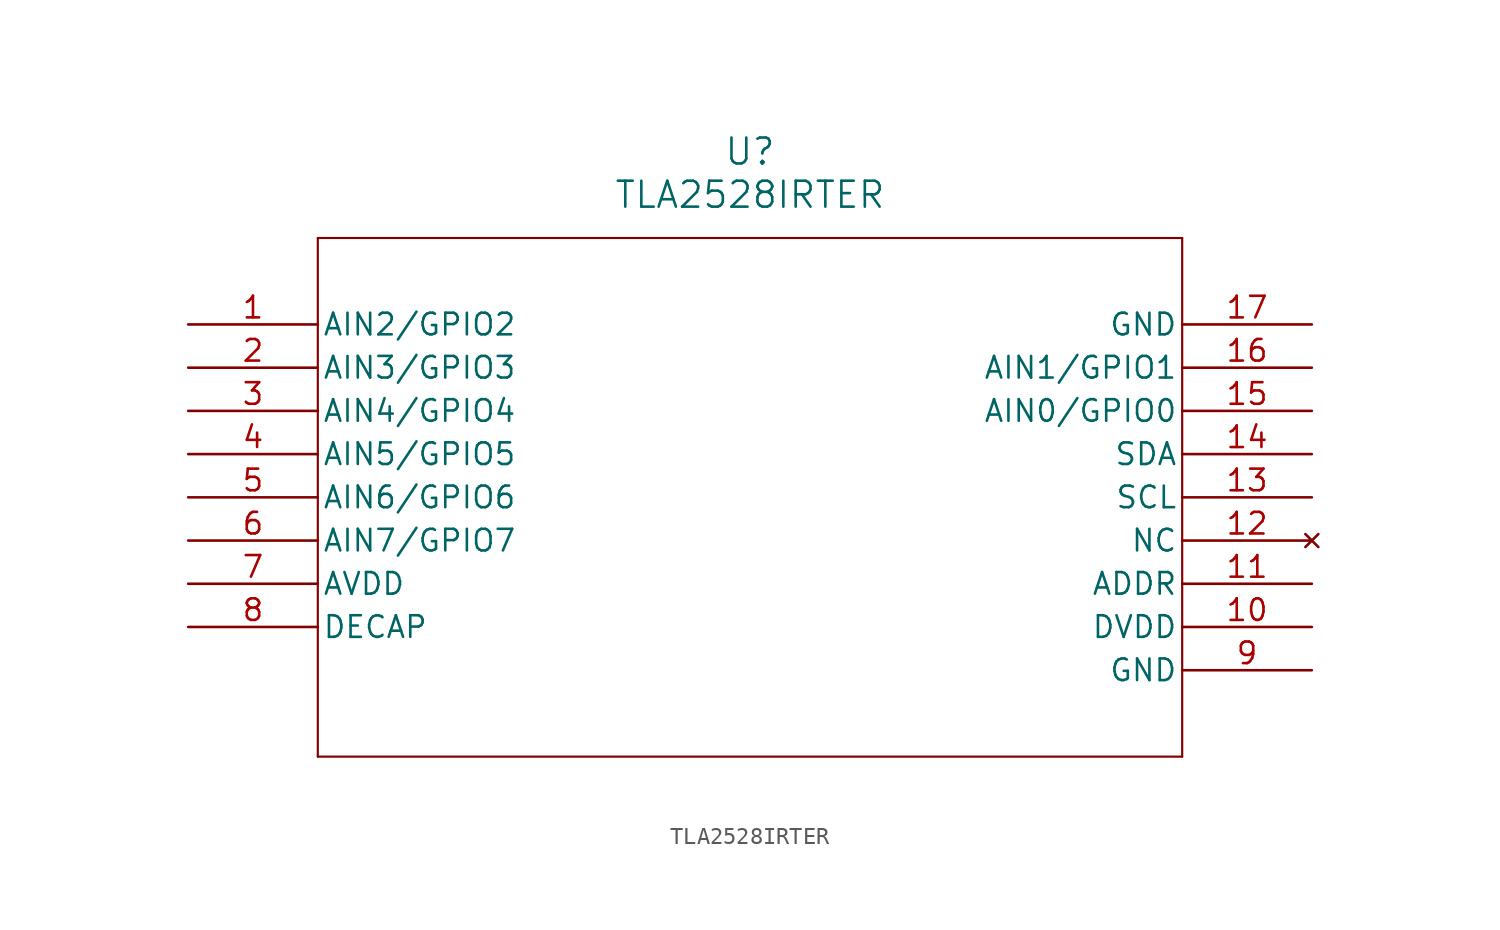
<source format=kicad_sym>
(kicad_symbol_lib
  (version 20241209)
  (generator "kicad_symbol_editor")
  (generator_version "9.0")
  (symbol "TLA2528IRTER"
    (pin_names
      (offset 0.254))
    (property "Reference" "U"
      (at 33.02 10.16 0)
      (effects (font (size 1.524 1.524))))
    (property "Value" "TLA2528IRTER"
      (at 33.02 7.62 0)
      (effects (font (size 1.524 1.524))))
    (property "ki_locked" ""
      (at 0 0 0)
      (effects (font (size 1.27 1.27))))
    (symbol "TLA2528IRTER_0_1"
      (polyline (pts (xy 7.62 5.08) (xy 7.62 -25.4)) (stroke (width 0.127) (type default)) (fill (type none)))
      (polyline (pts (xy 7.62 -25.4) (xy 58.42 -25.4)) (stroke (width 0.127) (type default)) (fill (type none)))
      (polyline (pts (xy 58.42 5.08) (xy 7.62 5.08)) (stroke (width 0.127) (type default)) (fill (type none)))
      (polyline (pts (xy 58.42 -25.4) (xy 58.42 5.08)) (stroke (width 0.127) (type default)) (fill (type none)))
      (pin bidirectional line (at 0 0 0) (length 7.62) (name "AIN2/GPIO2" (effects (font (size 1.27 1.27)))) (number "1" (effects (font (size 1.27 1.27)))))
      (pin bidirectional line (at 0 -2.54 0) (length 7.62) (name "AIN3/GPIO3" (effects (font (size 1.27 1.27)))) (number "2" (effects (font (size 1.27 1.27)))))
      (pin bidirectional line (at 0 -5.08 0) (length 7.62) (name "AIN4/GPIO4" (effects (font (size 1.27 1.27)))) (number "3" (effects (font (size 1.27 1.27)))))
      (pin bidirectional line (at 0 -7.62 0) (length 7.62) (name "AIN5/GPIO5" (effects (font (size 1.27 1.27)))) (number "4" (effects (font (size 1.27 1.27)))))
      (pin bidirectional line (at 0 -10.16 0) (length 7.62) (name "AIN6/GPIO6" (effects (font (size 1.27 1.27)))) (number "5" (effects (font (size 1.27 1.27)))))
      (pin bidirectional line (at 0 -12.7 0) (length 7.62) (name "AIN7/GPIO7" (effects (font (size 1.27 1.27)))) (number "6" (effects (font (size 1.27 1.27)))))
      (pin power_in line (at 0 -15.24 0) (length 7.62) (name "AVDD" (effects (font (size 1.27 1.27)))) (number "7" (effects (font (size 1.27 1.27)))))
      (pin bidirectional line (at 66.04 -2.54 180) (length 7.62) (name "AIN1/GPIO1" (effects (font (size 1.27 1.27)))) (number "16" (effects (font (size 1.27 1.27)))))
      (pin bidirectional line (at 66.04 -5.08 180) (length 7.62) (name "AIN0/GPIO0" (effects (font (size 1.27 1.27)))) (number "15" (effects (font (size 1.27 1.27)))))
      (pin bidirectional line (at 66.04 -7.62 180) (length 7.62) (name "SDA" (effects (font (size 1.27 1.27)))) (number "14" (effects (font (size 1.27 1.27)))))
      (pin input line (at 66.04 -10.16 180) (length 7.62) (name "SCL" (effects (font (size 1.27 1.27)))) (number "13" (effects (font (size 1.27 1.27)))))
      (pin no_connect line (at 66.04 -12.7 180) (length 7.62) (name "NC" (effects (font (size 1.27 1.27)))) (number "12" (effects (font (size 1.27 1.27)))))
      (pin input line (at 66.04 -15.24 180) (length 7.62) (name "ADDR" (effects (font (size 1.27 1.27)))) (number "11" (effects (font (size 1.27 1.27)))))
      (pin power_in line (at 66.04 -17.78 180) (length 7.62) (name "DVDD" (effects (font (size 1.27 1.27)))) (number "10" (effects (font (size 1.27 1.27))))))
    (symbol "TLA2528IRTER_1_1"
      (pin passive line (at 0 -17.78 0) (length 7.62) (name "DECAP" (effects (font (size 1.27 1.27)))) (number "8" (effects (font (size 1.27 1.27)))))
      (pin power_in line (at 66.04 0 180) (length 7.62) (name "GND" (effects (font (size 1.27 1.27)))) (number "17" (effects (font (size 1.27 1.27)))))
      (pin power_in line (at 66.04 -20.32 180) (length 7.62) (name "GND" (effects (font (size 1.27 1.27)))) (number "9" (effects (font (size 1.27 1.27))))))))
</source>
